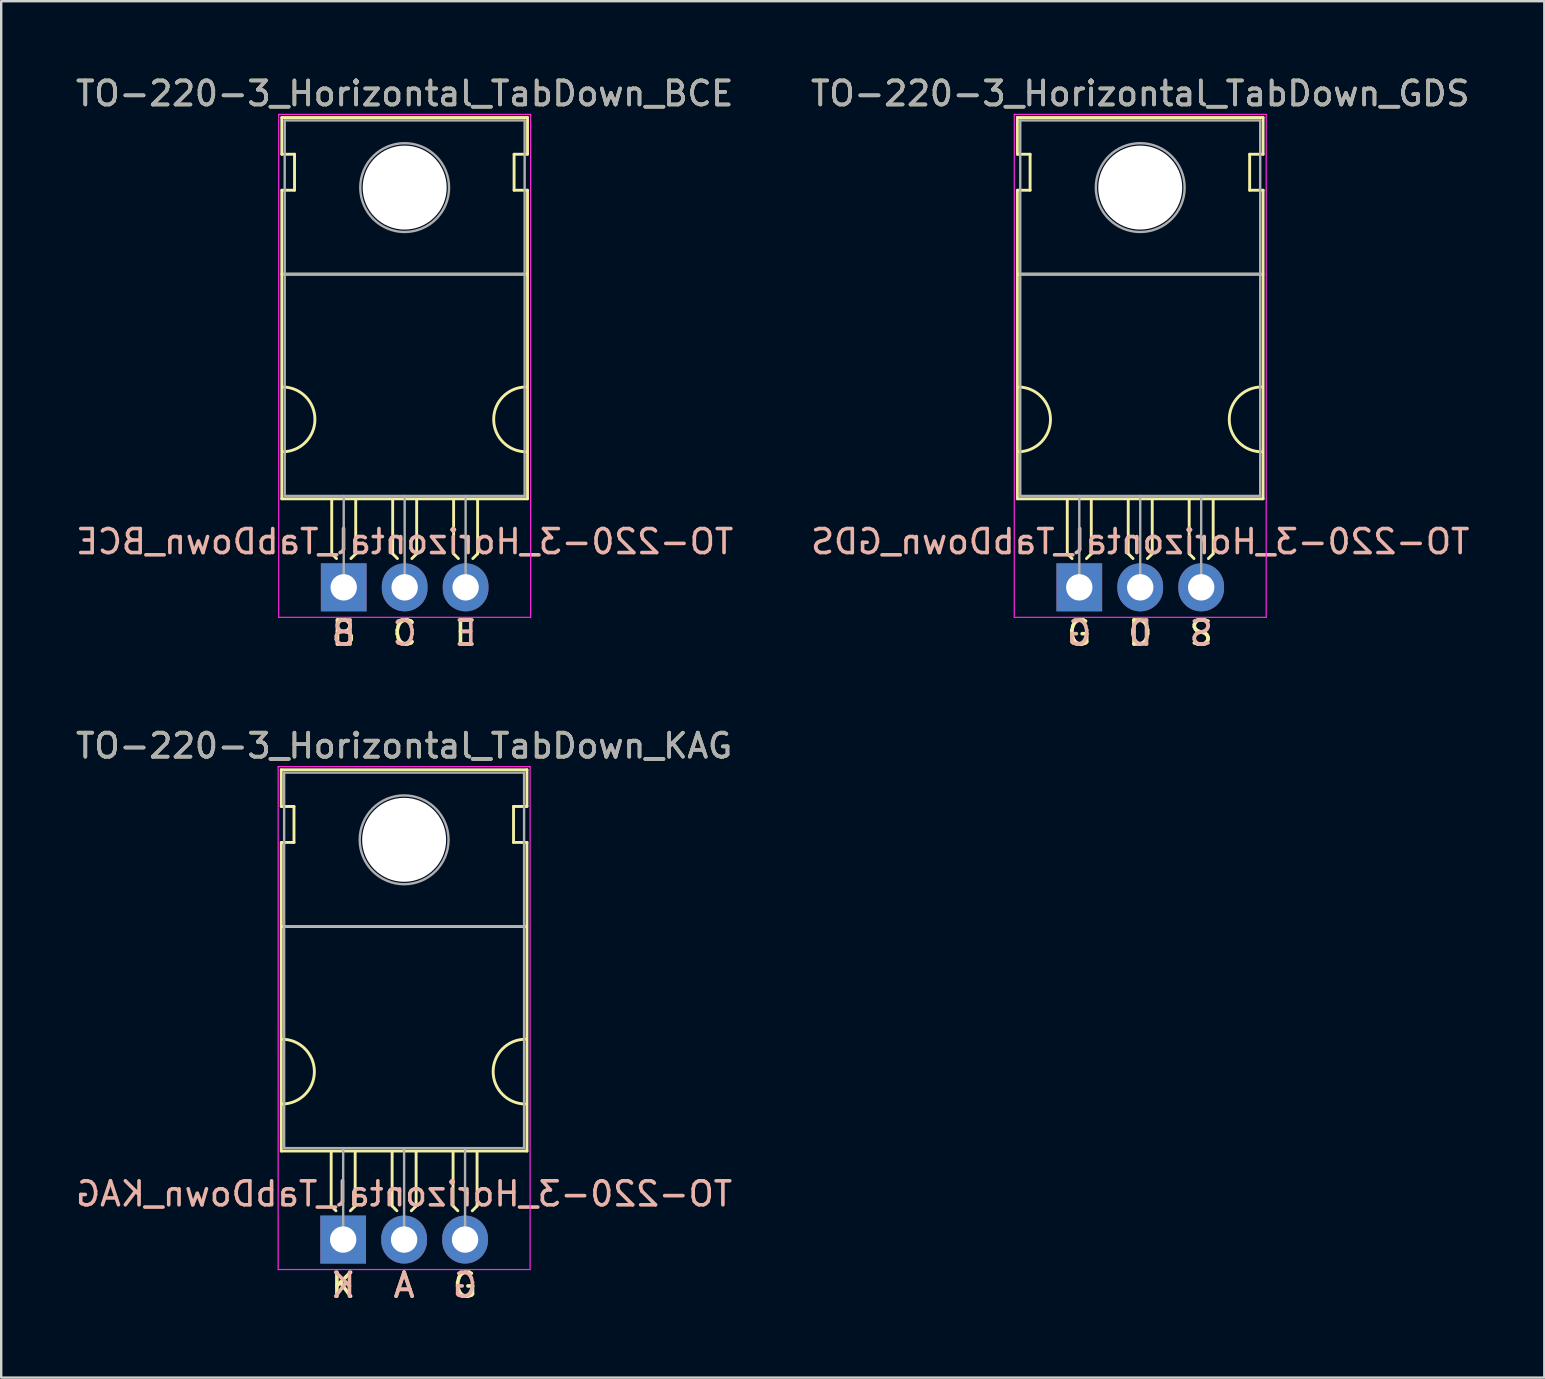
<source format=kicad_pcb>
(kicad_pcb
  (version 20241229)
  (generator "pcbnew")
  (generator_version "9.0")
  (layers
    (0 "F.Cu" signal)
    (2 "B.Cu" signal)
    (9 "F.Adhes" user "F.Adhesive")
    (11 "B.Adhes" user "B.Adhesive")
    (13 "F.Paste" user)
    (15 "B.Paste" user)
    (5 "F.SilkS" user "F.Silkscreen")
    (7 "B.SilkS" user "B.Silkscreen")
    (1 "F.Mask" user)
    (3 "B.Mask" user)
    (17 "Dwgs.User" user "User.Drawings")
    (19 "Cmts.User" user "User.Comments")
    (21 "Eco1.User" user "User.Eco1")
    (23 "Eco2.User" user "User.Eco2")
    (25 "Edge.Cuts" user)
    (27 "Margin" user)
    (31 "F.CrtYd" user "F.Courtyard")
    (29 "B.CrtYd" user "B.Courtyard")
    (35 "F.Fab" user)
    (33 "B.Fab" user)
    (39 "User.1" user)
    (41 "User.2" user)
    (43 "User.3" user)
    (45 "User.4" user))
  (footprint "TO-220-3_Horizontal_TabDown_BCE"
    (layer "F.Cu")
    (at 11.275 21.428)
    (property "Reference" "TO-220-3_Horizontal_TabDown_BCE" (at 2.54 -20.58 0) (layer "F.SilkS") (effects (font (size 1 1) (thickness 0.15))))
    (fp_line (start -2.58 -19.58) (end -2.58 -18.05) (stroke (width 0.12) (type solid)) (layer "F.SilkS"))
    (fp_line (start -2.58 -19.58) (end 7.66 -19.58) (stroke (width 0.12) (type solid)) (layer "F.SilkS"))
    (fp_line (start -2.58 -18.05) (end -2.05 -18.05) (stroke (width 0.12) (type solid)) (layer "F.SilkS"))
    (fp_line (start -2.58 -16.55) (end -2.58 -3.69) (stroke (width 0.12) (type solid)) (layer "F.SilkS"))
    (fp_line (start -2.58 -3.69) (end 7.66 -3.69) (stroke (width 0.12) (type solid)) (layer "F.SilkS"))
    (fp_line (start -2.575 -13.05) (end 7.65 -13.05) (stroke (width 0.12) (type solid)) (layer "F.SilkS"))
    (fp_line (start -2.05 -18.05) (end -2.05 -16.55) (stroke (width 0.12) (type solid)) (layer "F.SilkS"))
    (fp_line (start -2.05 -16.55) (end -2.575 -16.55) (stroke (width 0.12) (type solid)) (layer "F.SilkS"))
    (fp_line (start -0.5 -3.65) (end -0.5 -1.4) (stroke (width 0.12) (type solid)) (layer "F.SilkS"))
    (fp_line (start -0.5 -1.4) (end -0.3 -1.2) (stroke (width 0.12) (type solid)) (layer "F.SilkS"))
    (fp_line (start 0.5 -3.65) (end 0.5 -1.4) (stroke (width 0.12) (type solid)) (layer "F.SilkS"))
    (fp_line (start 0.5 -1.4) (end 0.3 -1.2) (stroke (width 0.12) (type solid)) (layer "F.SilkS"))
    (fp_line (start 2.04 -3.65) (end 2.04 -1.4) (stroke (width 0.12) (type solid)) (layer "F.SilkS"))
    (fp_line (start 2.04 -1.4) (end 2.24 -1.2) (stroke (width 0.12) (type solid)) (layer "F.SilkS"))
    (fp_line (start 3.04 -3.65) (end 3.04 -1.4) (stroke (width 0.12) (type solid)) (layer "F.SilkS"))
    (fp_line (start 3.04 -1.4) (end 2.84 -1.2) (stroke (width 0.12) (type solid)) (layer "F.SilkS"))
    (fp_line (start 4.58 -3.65) (end 4.58 -1.4) (stroke (width 0.12) (type solid)) (layer "F.SilkS"))
    (fp_line (start 4.58 -1.4) (end 4.78 -1.2) (stroke (width 0.12) (type solid)) (layer "F.SilkS"))
    (fp_line (start 5.58 -3.65) (end 5.58 -1.4) (stroke (width 0.12) (type solid)) (layer "F.SilkS"))
    (fp_line (start 5.58 -1.4) (end 5.38 -1.2) (stroke (width 0.12) (type solid)) (layer "F.SilkS"))
    (fp_line (start 7.1 -18.05) (end 7.66 -18.05) (stroke (width 0.12) (type solid)) (layer "F.SilkS"))
    (fp_line (start 7.1 -16.55) (end 7.1 -18.05) (stroke (width 0.12) (type solid)) (layer "F.SilkS"))
    (fp_line (start 7.66 -19.58) (end 7.66 -18.05) (stroke (width 0.12) (type solid)) (layer "F.SilkS"))
    (fp_line (start 7.66 -16.55) (end 7.1 -16.55) (stroke (width 0.12) (type solid)) (layer "F.SilkS"))
    (fp_line (start 7.66 -16.55) (end 7.66 -3.69) (stroke (width 0.12) (type solid)) (layer "F.SilkS"))
    (fp_arc (start -2.55 -8.35) (mid -1.2 -7) (end -2.55 -5.65) (stroke (width 0.12) (type solid)) (layer "F.SilkS"))
    (fp_arc (start 7.6 -5.65) (mid 6.25 -7) (end 7.6 -8.35) (stroke (width 0.12) (type solid)) (layer "F.SilkS"))
    (fp_line (start -2.71 -19.71) (end -2.71 1.25) (stroke (width 0.05) (type solid)) (layer "F.CrtYd"))
    (fp_line (start -2.71 1.25) (end 7.79 1.25) (stroke (width 0.05) (type solid)) (layer "F.CrtYd"))
    (fp_line (start 7.79 -19.71) (end -2.71 -19.71) (stroke (width 0.05) (type solid)) (layer "F.CrtYd"))
    (fp_line (start 7.79 1.25) (end 7.79 -19.71) (stroke (width 0.05) (type solid)) (layer "F.CrtYd"))
    (fp_line (start -2.46 -19.46) (end 7.54 -19.46) (stroke (width 0.1) (type solid)) (layer "F.Fab"))
    (fp_line (start -2.46 -13.06) (end -2.46 -19.46) (stroke (width 0.1) (type solid)) (layer "F.Fab"))
    (fp_line (start -2.46 -13.06) (end 7.54 -13.06) (stroke (width 0.1) (type solid)) (layer "F.Fab"))
    (fp_line (start -2.46 -3.81) (end -2.46 -13.06) (stroke (width 0.1) (type solid)) (layer "F.Fab"))
    (fp_line (start 0 -3.81) (end 0 0) (stroke (width 0.1) (type solid)) (layer "F.Fab"))
    (fp_line (start 2.54 -3.81) (end 2.54 0) (stroke (width 0.1) (type solid)) (layer "F.Fab"))
    (fp_line (start 5.08 -3.81) (end 5.08 0) (stroke (width 0.1) (type solid)) (layer "F.Fab"))
    (fp_line (start 7.54 -19.46) (end 7.54 -13.06) (stroke (width 0.1) (type solid)) (layer "F.Fab"))
    (fp_line (start 7.54 -13.06) (end -2.46 -13.06) (stroke (width 0.1) (type solid)) (layer "F.Fab"))
    (fp_line (start 7.54 -13.06) (end 7.54 -3.81) (stroke (width 0.1) (type solid)) (layer "F.Fab"))
    (fp_line (start 7.54 -3.81) (end -2.46 -3.81) (stroke (width 0.1) (type solid)) (layer "F.Fab"))
    (fp_circle (center 2.54 -16.66) (end 4.39 -16.66) (stroke (width 0.1) (type solid)) (fill no) (layer "F.Fab"))
    (fp_text user "B" (at 0 1.905 0) (unlocked yes) (layer "F.SilkS") (effects (font (size 1 1) (thickness 0.15))))
    (fp_text user "E" (at 5.08 1.905 0) (unlocked yes) (layer "F.SilkS") (effects (font (size 1 1) (thickness 0.15))))
    (fp_text user "C" (at 2.54 1.905 0) (unlocked yes) (layer "F.SilkS") (effects (font (size 1 1) (thickness 0.15))))
    (fp_text user "${REFERENCE}" (at 2.54 -1.905 0) (layer "B.SilkS") (effects (font (size 1 1) (thickness 0.15)) (justify mirror)))
    (fp_text user "C" (at 2.54 1.905 0) (unlocked yes) (layer "B.SilkS") (effects (font (size 1 1) (thickness 0.15)) (justify mirror)))
    (fp_text user "E" (at 5.08 1.905 0) (unlocked yes) (layer "B.SilkS") (effects (font (size 1 1) (thickness 0.15)) (justify mirror)))
    (fp_text user "B" (at 0 1.905 0) (unlocked yes) (layer "B.SilkS") (effects (font (size 1 1) (thickness 0.15)) (justify mirror)))
    (fp_text user "${REFERENCE}" (at 2.54 -20.58 0) (layer "F.Fab") (effects (font (size 1 1) (thickness 0.15))))
    (pad "" np_thru_hole oval (at 2.54 -16.66) (size 3.5 3.5) (drill 3.5) (layers "*.Cu" "*.Mask"))
    (pad "1" thru_hole rect (at 0 0) (size 1.905 2) (drill 1.1) (layers "*.Cu" "*.Mask"))
    (pad "2" thru_hole oval (at 2.54 0) (size 1.905 2) (drill 1.1) (layers "*.Cu" "*.Mask"))
    (pad "3" thru_hole oval (at 5.08 0) (size 1.905 2) (drill 1.1) (layers "*.Cu" "*.Mask")))
  (footprint "TO-220-3_Horizontal_TabDown_GDS"
    (layer "F.Cu")
    (at 41.93 21.428)
    (property "Reference" "TO-220-3_Horizontal_TabDown_GDS" (at 2.54 -20.58 0) (layer "F.SilkS") (effects (font (size 1 1) (thickness 0.15))))
    (fp_line (start -2.58 -19.58) (end -2.58 -18.05) (stroke (width 0.12) (type solid)) (layer "F.SilkS"))
    (fp_line (start -2.58 -19.58) (end 7.66 -19.58) (stroke (width 0.12) (type solid)) (layer "F.SilkS"))
    (fp_line (start -2.58 -18.05) (end -2.05 -18.05) (stroke (width 0.12) (type solid)) (layer "F.SilkS"))
    (fp_line (start -2.58 -16.55) (end -2.58 -3.69) (stroke (width 0.12) (type solid)) (layer "F.SilkS"))
    (fp_line (start -2.58 -3.69) (end 7.66 -3.69) (stroke (width 0.12) (type solid)) (layer "F.SilkS"))
    (fp_line (start -2.575 -13.05) (end 7.65 -13.05) (stroke (width 0.12) (type solid)) (layer "F.SilkS"))
    (fp_line (start -2.05 -18.05) (end -2.05 -16.55) (stroke (width 0.12) (type solid)) (layer "F.SilkS"))
    (fp_line (start -2.05 -16.55) (end -2.575 -16.55) (stroke (width 0.12) (type solid)) (layer "F.SilkS"))
    (fp_line (start -0.5 -3.65) (end -0.5 -1.4) (stroke (width 0.12) (type solid)) (layer "F.SilkS"))
    (fp_line (start -0.5 -1.4) (end -0.3 -1.2) (stroke (width 0.12) (type solid)) (layer "F.SilkS"))
    (fp_line (start 0.5 -3.65) (end 0.5 -1.4) (stroke (width 0.12) (type solid)) (layer "F.SilkS"))
    (fp_line (start 0.5 -1.4) (end 0.3 -1.2) (stroke (width 0.12) (type solid)) (layer "F.SilkS"))
    (fp_line (start 2.04 -3.65) (end 2.04 -1.4) (stroke (width 0.12) (type solid)) (layer "F.SilkS"))
    (fp_line (start 2.04 -1.4) (end 2.24 -1.2) (stroke (width 0.12) (type solid)) (layer "F.SilkS"))
    (fp_line (start 3.04 -3.65) (end 3.04 -1.4) (stroke (width 0.12) (type solid)) (layer "F.SilkS"))
    (fp_line (start 3.04 -1.4) (end 2.84 -1.2) (stroke (width 0.12) (type solid)) (layer "F.SilkS"))
    (fp_line (start 4.58 -3.65) (end 4.58 -1.4) (stroke (width 0.12) (type solid)) (layer "F.SilkS"))
    (fp_line (start 4.58 -1.4) (end 4.78 -1.2) (stroke (width 0.12) (type solid)) (layer "F.SilkS"))
    (fp_line (start 5.58 -3.65) (end 5.58 -1.4) (stroke (width 0.12) (type solid)) (layer "F.SilkS"))
    (fp_line (start 5.58 -1.4) (end 5.38 -1.2) (stroke (width 0.12) (type solid)) (layer "F.SilkS"))
    (fp_line (start 7.1 -18.05) (end 7.66 -18.05) (stroke (width 0.12) (type solid)) (layer "F.SilkS"))
    (fp_line (start 7.1 -16.55) (end 7.1 -18.05) (stroke (width 0.12) (type solid)) (layer "F.SilkS"))
    (fp_line (start 7.66 -19.58) (end 7.66 -18.05) (stroke (width 0.12) (type solid)) (layer "F.SilkS"))
    (fp_line (start 7.66 -16.55) (end 7.1 -16.55) (stroke (width 0.12) (type solid)) (layer "F.SilkS"))
    (fp_line (start 7.66 -16.55) (end 7.66 -3.69) (stroke (width 0.12) (type solid)) (layer "F.SilkS"))
    (fp_arc (start -2.55 -8.35) (mid -1.2 -7) (end -2.55 -5.65) (stroke (width 0.12) (type solid)) (layer "F.SilkS"))
    (fp_arc (start 7.6 -5.65) (mid 6.25 -7) (end 7.6 -8.35) (stroke (width 0.12) (type solid)) (layer "F.SilkS"))
    (fp_line (start -2.71 -19.71) (end -2.71 1.25) (stroke (width 0.05) (type solid)) (layer "F.CrtYd"))
    (fp_line (start -2.71 1.25) (end 7.79 1.25) (stroke (width 0.05) (type solid)) (layer "F.CrtYd"))
    (fp_line (start 7.79 -19.71) (end -2.71 -19.71) (stroke (width 0.05) (type solid)) (layer "F.CrtYd"))
    (fp_line (start 7.79 1.25) (end 7.79 -19.71) (stroke (width 0.05) (type solid)) (layer "F.CrtYd"))
    (fp_line (start -2.46 -19.46) (end 7.54 -19.46) (stroke (width 0.1) (type solid)) (layer "F.Fab"))
    (fp_line (start -2.46 -13.06) (end -2.46 -19.46) (stroke (width 0.1) (type solid)) (layer "F.Fab"))
    (fp_line (start -2.46 -13.06) (end 7.54 -13.06) (stroke (width 0.1) (type solid)) (layer "F.Fab"))
    (fp_line (start -2.46 -3.81) (end -2.46 -13.06) (stroke (width 0.1) (type solid)) (layer "F.Fab"))
    (fp_line (start 0 -3.81) (end 0 0) (stroke (width 0.1) (type solid)) (layer "F.Fab"))
    (fp_line (start 2.54 -3.81) (end 2.54 0) (stroke (width 0.1) (type solid)) (layer "F.Fab"))
    (fp_line (start 5.08 -3.81) (end 5.08 0) (stroke (width 0.1) (type solid)) (layer "F.Fab"))
    (fp_line (start 7.54 -19.46) (end 7.54 -13.06) (stroke (width 0.1) (type solid)) (layer "F.Fab"))
    (fp_line (start 7.54 -13.06) (end -2.46 -13.06) (stroke (width 0.1) (type solid)) (layer "F.Fab"))
    (fp_line (start 7.54 -13.06) (end 7.54 -3.81) (stroke (width 0.1) (type solid)) (layer "F.Fab"))
    (fp_line (start 7.54 -3.81) (end -2.46 -3.81) (stroke (width 0.1) (type solid)) (layer "F.Fab"))
    (fp_circle (center 2.54 -16.66) (end 4.39 -16.66) (stroke (width 0.1) (type solid)) (fill no) (layer "F.Fab"))
    (fp_text user "D" (at 2.54 1.905 0) (unlocked yes) (layer "F.SilkS") (effects (font (size 1 1) (thickness 0.15))))
    (fp_text user "G" (at 0 1.905 0) (unlocked yes) (layer "F.SilkS") (effects (font (size 1 1) (thickness 0.15))))
    (fp_text user "S" (at 5.08 1.905 0) (unlocked yes) (layer "F.SilkS") (effects (font (size 1 1) (thickness 0.15))))
    (fp_text user "D" (at 2.54 1.905 0) (unlocked yes) (layer "B.SilkS") (effects (font (size 1 1) (thickness 0.15)) (justify mirror)))
    (fp_text user "G" (at 0 1.905 0) (unlocked yes) (layer "B.SilkS") (effects (font (size 1 1) (thickness 0.15)) (justify mirror)))
    (fp_text user "S" (at 5.08 1.905 0) (unlocked yes) (layer "B.SilkS") (effects (font (size 1 1) (thickness 0.15)) (justify mirror)))
    (fp_text user "${REFERENCE}" (at 2.54 -1.905 0) (layer "B.SilkS") (effects (font (size 1 1) (thickness 0.15)) (justify mirror)))
    (fp_text user "${REFERENCE}" (at 2.54 -20.58 0) (layer "F.Fab") (effects (font (size 1 1) (thickness 0.15))))
    (pad "" np_thru_hole oval (at 2.54 -16.66) (size 3.5 3.5) (drill 3.5) (layers "*.Cu" "*.Mask"))
    (pad "1" thru_hole rect (at 0 0) (size 1.905 2) (drill 1.1) (layers "*.Cu" "*.Mask"))
    (pad "2" thru_hole oval (at 2.54 0) (size 1.905 2) (drill 1.1) (layers "*.Cu" "*.Mask"))
    (pad "3" thru_hole oval (at 5.08 0) (size 1.905 2) (drill 1.1) (layers "*.Cu" "*.Mask")))
  (footprint "TO-220-3_Horizontal_TabDown_KAG"
    (layer "F.Cu")
    (at 11.252 48.61)
    (property "Reference" "TO-220-3_Horizontal_TabDown_KAG" (at 2.54 -20.58 0) (layer "F.SilkS") (effects (font (size 1 1) (thickness 0.15))))
    (fp_line (start -2.58 -19.58) (end -2.58 -18.05) (stroke (width 0.12) (type solid)) (layer "F.SilkS"))
    (fp_line (start -2.58 -19.58) (end 7.66 -19.58) (stroke (width 0.12) (type solid)) (layer "F.SilkS"))
    (fp_line (start -2.58 -18.05) (end -2.05 -18.05) (stroke (width 0.12) (type solid)) (layer "F.SilkS"))
    (fp_line (start -2.58 -16.55) (end -2.58 -3.69) (stroke (width 0.12) (type solid)) (layer "F.SilkS"))
    (fp_line (start -2.58 -3.69) (end 7.66 -3.69) (stroke (width 0.12) (type solid)) (layer "F.SilkS"))
    (fp_line (start -2.575 -13.05) (end 7.65 -13.05) (stroke (width 0.12) (type solid)) (layer "F.SilkS"))
    (fp_line (start -2.05 -18.05) (end -2.05 -16.55) (stroke (width 0.12) (type solid)) (layer "F.SilkS"))
    (fp_line (start -2.05 -16.55) (end -2.575 -16.55) (stroke (width 0.12) (type solid)) (layer "F.SilkS"))
    (fp_line (start -0.5 -3.65) (end -0.5 -1.4) (stroke (width 0.12) (type solid)) (layer "F.SilkS"))
    (fp_line (start -0.5 -1.4) (end -0.3 -1.2) (stroke (width 0.12) (type solid)) (layer "F.SilkS"))
    (fp_line (start 0.5 -3.65) (end 0.5 -1.4) (stroke (width 0.12) (type solid)) (layer "F.SilkS"))
    (fp_line (start 0.5 -1.4) (end 0.3 -1.2) (stroke (width 0.12) (type solid)) (layer "F.SilkS"))
    (fp_line (start 2.04 -3.65) (end 2.04 -1.4) (stroke (width 0.12) (type solid)) (layer "F.SilkS"))
    (fp_line (start 2.04 -1.4) (end 2.24 -1.2) (stroke (width 0.12) (type solid)) (layer "F.SilkS"))
    (fp_line (start 3.04 -3.65) (end 3.04 -1.4) (stroke (width 0.12) (type solid)) (layer "F.SilkS"))
    (fp_line (start 3.04 -1.4) (end 2.84 -1.2) (stroke (width 0.12) (type solid)) (layer "F.SilkS"))
    (fp_line (start 4.58 -3.65) (end 4.58 -1.4) (stroke (width 0.12) (type solid)) (layer "F.SilkS"))
    (fp_line (start 4.58 -1.4) (end 4.78 -1.2) (stroke (width 0.12) (type solid)) (layer "F.SilkS"))
    (fp_line (start 5.58 -3.65) (end 5.58 -1.4) (stroke (width 0.12) (type solid)) (layer "F.SilkS"))
    (fp_line (start 5.58 -1.4) (end 5.38 -1.2) (stroke (width 0.12) (type solid)) (layer "F.SilkS"))
    (fp_line (start 7.1 -18.05) (end 7.66 -18.05) (stroke (width 0.12) (type solid)) (layer "F.SilkS"))
    (fp_line (start 7.1 -16.55) (end 7.1 -18.05) (stroke (width 0.12) (type solid)) (layer "F.SilkS"))
    (fp_line (start 7.66 -19.58) (end 7.66 -18.05) (stroke (width 0.12) (type solid)) (layer "F.SilkS"))
    (fp_line (start 7.66 -16.55) (end 7.1 -16.55) (stroke (width 0.12) (type solid)) (layer "F.SilkS"))
    (fp_line (start 7.66 -16.55) (end 7.66 -3.69) (stroke (width 0.12) (type solid)) (layer "F.SilkS"))
    (fp_arc (start -2.55 -8.35) (mid -1.2 -7) (end -2.55 -5.65) (stroke (width 0.12) (type solid)) (layer "F.SilkS"))
    (fp_arc (start 7.6 -5.65) (mid 6.25 -7) (end 7.6 -8.35) (stroke (width 0.12) (type solid)) (layer "F.SilkS"))
    (fp_line (start -2.71 -19.71) (end -2.71 1.25) (stroke (width 0.05) (type solid)) (layer "F.CrtYd"))
    (fp_line (start -2.71 1.25) (end 7.79 1.25) (stroke (width 0.05) (type solid)) (layer "F.CrtYd"))
    (fp_line (start 7.79 -19.71) (end -2.71 -19.71) (stroke (width 0.05) (type solid)) (layer "F.CrtYd"))
    (fp_line (start 7.79 1.25) (end 7.79 -19.71) (stroke (width 0.05) (type solid)) (layer "F.CrtYd"))
    (fp_line (start -2.46 -19.46) (end 7.54 -19.46) (stroke (width 0.1) (type solid)) (layer "F.Fab"))
    (fp_line (start -2.46 -13.06) (end -2.46 -19.46) (stroke (width 0.1) (type solid)) (layer "F.Fab"))
    (fp_line (start -2.46 -13.06) (end 7.54 -13.06) (stroke (width 0.1) (type solid)) (layer "F.Fab"))
    (fp_line (start -2.46 -3.81) (end -2.46 -13.06) (stroke (width 0.1) (type solid)) (layer "F.Fab"))
    (fp_line (start 0 -3.81) (end 0 0) (stroke (width 0.1) (type solid)) (layer "F.Fab"))
    (fp_line (start 2.54 -3.81) (end 2.54 0) (stroke (width 0.1) (type solid)) (layer "F.Fab"))
    (fp_line (start 5.08 -3.81) (end 5.08 0) (stroke (width 0.1) (type solid)) (layer "F.Fab"))
    (fp_line (start 7.54 -19.46) (end 7.54 -13.06) (stroke (width 0.1) (type solid)) (layer "F.Fab"))
    (fp_line (start 7.54 -13.06) (end -2.46 -13.06) (stroke (width 0.1) (type solid)) (layer "F.Fab"))
    (fp_line (start 7.54 -13.06) (end 7.54 -3.81) (stroke (width 0.1) (type solid)) (layer "F.Fab"))
    (fp_line (start 7.54 -3.81) (end -2.46 -3.81) (stroke (width 0.1) (type solid)) (layer "F.Fab"))
    (fp_circle (center 2.54 -16.66) (end 4.39 -16.66) (stroke (width 0.1) (type solid)) (fill no) (layer "F.Fab"))
    (fp_text user "K" (at 0 1.905 0) (unlocked yes) (layer "F.SilkS") (effects (font (size 1 1) (thickness 0.15))))
    (fp_text user "A" (at 2.54 1.905 0) (unlocked yes) (layer "F.SilkS") (effects (font (size 1 1) (thickness 0.15))))
    (fp_text user "G" (at 5.08 1.905 0) (unlocked yes) (layer "F.SilkS") (effects (font (size 1 1) (thickness 0.15))))
    (fp_text user "G" (at 5.08 1.905 0) (unlocked yes) (layer "B.SilkS") (effects (font (size 1 1) (thickness 0.15)) (justify mirror)))
    (fp_text user "A" (at 2.54 1.905 0) (unlocked yes) (layer "B.SilkS") (effects (font (size 1 1) (thickness 0.15)) (justify mirror)))
    (fp_text user "K" (at 0 1.905 0) (unlocked yes) (layer "B.SilkS") (effects (font (size 1 1) (thickness 0.15)) (justify mirror)))
    (fp_text user "${REFERENCE}" (at 2.54 -1.905 0) (layer "B.SilkS") (effects (font (size 1 1) (thickness 0.15)) (justify mirror)))
    (fp_text user "${REFERENCE}" (at 2.54 -20.58 0) (layer "F.Fab") (effects (font (size 1 1) (thickness 0.15))))
    (pad "" np_thru_hole oval (at 2.54 -16.66) (size 3.5 3.5) (drill 3.5) (layers "*.Cu" "*.Mask"))
    (pad "1" thru_hole rect (at 0 0) (size 1.905 2) (drill 1.1) (layers "*.Cu" "*.Mask"))
    (pad "2" thru_hole oval (at 2.54 0) (size 1.905 2) (drill 1.1) (layers "*.Cu" "*.Mask"))
    (pad "3" thru_hole oval (at 5.08 0) (size 1.905 2) (drill 1.1) (layers "*.Cu" "*.Mask")))
  (gr_rect
    (start -3 -3)
    (end 61.31 54.363)
    (stroke (width 0.1) (type default))
    (fill no)
    (layer "Edge.Cuts")))
</source>
